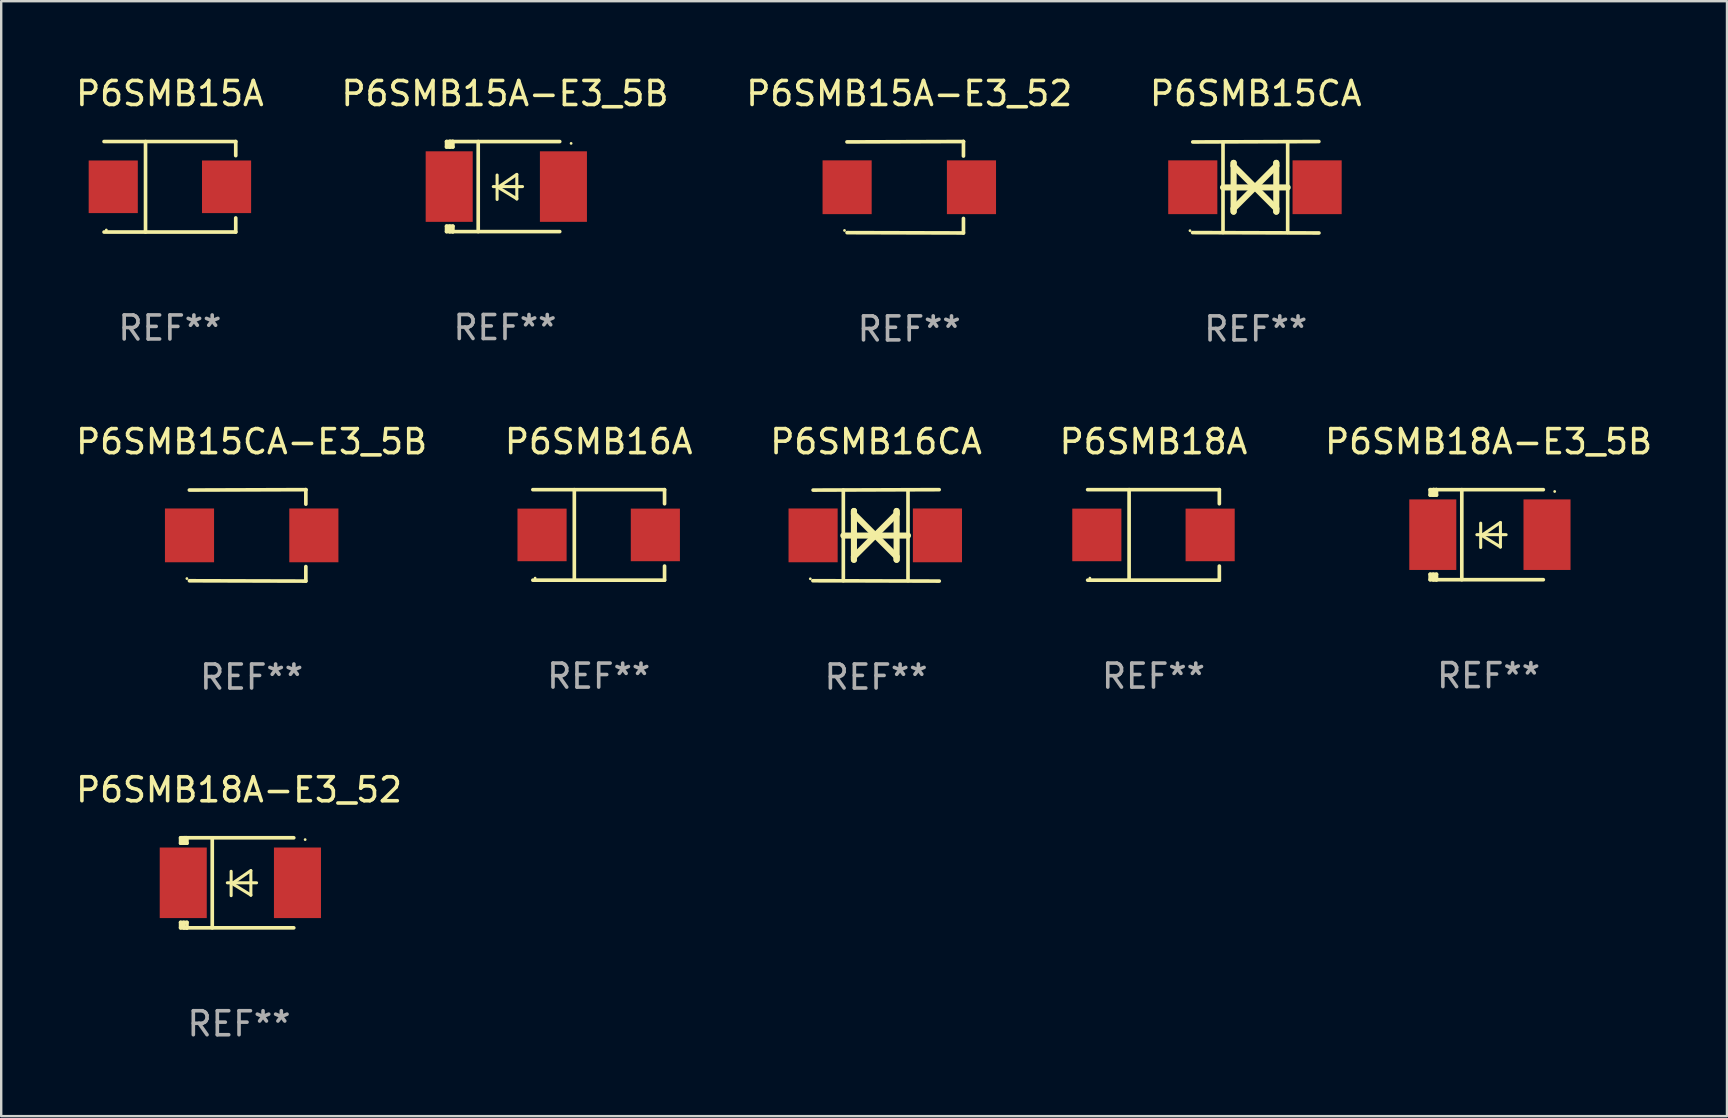
<source format=kicad_pcb>
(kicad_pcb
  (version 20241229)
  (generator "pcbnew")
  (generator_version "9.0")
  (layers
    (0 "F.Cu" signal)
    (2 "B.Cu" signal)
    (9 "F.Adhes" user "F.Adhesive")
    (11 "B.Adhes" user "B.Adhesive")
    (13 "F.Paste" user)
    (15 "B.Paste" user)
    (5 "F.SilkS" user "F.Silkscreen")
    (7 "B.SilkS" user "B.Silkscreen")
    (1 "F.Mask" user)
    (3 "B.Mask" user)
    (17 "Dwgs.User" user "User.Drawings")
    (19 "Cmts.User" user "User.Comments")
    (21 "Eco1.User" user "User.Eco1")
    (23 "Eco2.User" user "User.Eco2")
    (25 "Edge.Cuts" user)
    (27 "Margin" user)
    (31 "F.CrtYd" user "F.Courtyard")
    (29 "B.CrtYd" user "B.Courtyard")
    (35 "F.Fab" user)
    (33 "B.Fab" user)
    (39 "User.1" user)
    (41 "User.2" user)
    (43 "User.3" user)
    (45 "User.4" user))
  (footprint "P6SMB16CA"
    (layer "F.Cu")
    (at 33.458 19.26)
    (property "Reference" "P6SMB16CA" (at 0 -3.905 0) (layer "F.SilkS") (effects (font (size 1 1) (thickness 0.15))))
    (attr through_hole)
    (fp_line (start -1.365 1.886) (end -1.365 -1.886) (stroke (width 0.152) (type solid)) (layer "F.SilkS"))
    (fp_line (start -1.365 0.008) (end 1.33 0.008) (stroke (width 0.254) (type solid)) (layer "F.SilkS"))
    (fp_line (start -0.923 -1.016) (end -0.923 1.016) (stroke (width 0.254) (type solid)) (layer "F.SilkS"))
    (fp_line (start -0.923 -0.889) (end -0.923 -1.016) (stroke (width 0.254) (type solid)) (layer "F.SilkS"))
    (fp_line (start -0.923 0.889) (end -0.034 0) (stroke (width 0.254) (type solid)) (layer "F.SilkS"))
    (fp_line (start -0.923 1.016) (end -0.923 0.889) (stroke (width 0.254) (type solid)) (layer "F.SilkS"))
    (fp_line (start -0.034 0) (end -0.923 -0.889) (stroke (width 0.254) (type solid)) (layer "F.SilkS"))
    (fp_line (start -0.034 0) (end 0.855 0.889) (stroke (width 0.254) (type solid)) (layer "F.SilkS"))
    (fp_line (start 0.855 -1.016) (end 0.855 -0.889) (stroke (width 0.254) (type solid)) (layer "F.SilkS"))
    (fp_line (start 0.855 -0.889) (end -0.034 0) (stroke (width 0.254) (type solid)) (layer "F.SilkS"))
    (fp_line (start 0.855 0.889) (end 0.855 1.016) (stroke (width 0.254) (type solid)) (layer "F.SilkS"))
    (fp_line (start 0.855 1.016) (end 0.855 -1.016) (stroke (width 0.254) (type solid)) (layer "F.SilkS"))
    (fp_line (start 1.33 1.886) (end 1.33 -1.886) (stroke (width 0.152) (type solid)) (layer "F.SilkS"))
    (fp_line (start 2.629 -1.905) (end -2.625 -1.887) (stroke (width 0.152) (type solid)) (layer "F.SilkS"))
    (fp_line (start 2.633 1.905) (end -2.633 1.89) (stroke (width 0.152) (type solid)) (layer "F.SilkS"))
    (fp_circle (center -2.741 1.81) (end -2.711 1.81) (stroke (width 0.06) (type solid)) (fill no) (layer "F.SilkS"))
    (fp_text user "REF**" (at 0 5.905 0) (layer "F.Fab") (effects (font (size 1 1) (thickness 0.15))))
    (pad "1" smd rect (at -2.625 0) (size 2.047 2.241) (layers "F.Cu" "F.Mask" "F.Paste"))
    (pad "2" smd rect (at 2.557 0) (size 2.047 2.241) (layers "F.Cu" "F.Mask" "F.Paste")))
  (footprint "P6SMB16A"
    (layer "F.Cu")
    (at 21.899 19.241)
    (property "Reference" "P6SMB16A" (at 0 -3.886 0) (layer "F.SilkS") (effects (font (size 1 1) (thickness 0.15))))
    (attr through_hole)
    (fp_line (start -2.744 -1.886) (end 2.744 -1.886) (stroke (width 0.152) (type solid)) (layer "F.SilkS"))
    (fp_line (start -2.744 1.886) (end 2.744 1.886) (stroke (width 0.152) (type solid)) (layer "F.SilkS"))
    (fp_line (start -1.016 -1.886) (end -1.016 1.886) (stroke (width 0.152) (type solid)) (layer "F.SilkS"))
    (fp_line (start 2.744 -1.886) (end 2.744 -1.299) (stroke (width 0.152) (type solid)) (layer "F.SilkS"))
    (fp_line (start 2.744 1.886) (end 2.744 1.299) (stroke (width 0.152) (type solid)) (layer "F.SilkS"))
    (fp_circle (center -2.65 1.8) (end -2.62 1.8) (stroke (width 0.06) (type solid)) (fill no) (layer "F.SilkS"))
    (fp_text user "REF**" (at 0 5.886 0) (layer "F.Fab") (effects (font (size 1 1) (thickness 0.15))))
    (pad "1" smd rect (at -2.361 0) (size 2.047 2.192) (layers "F.Cu" "F.Mask" "F.Paste"))
    (pad "2" smd rect (at 2.361 0) (size 2.047 2.192) (layers "F.Cu" "F.Mask" "F.Paste")))
  (footprint "P6SMB18A"
    (layer "F.Cu")
    (at 45.018 19.241)
    (property "Reference" "P6SMB18A" (at 0 -3.886 0) (layer "F.SilkS") (effects (font (size 1 1) (thickness 0.15))))
    (attr through_hole)
    (fp_line (start -2.744 -1.886) (end 2.744 -1.886) (stroke (width 0.152) (type solid)) (layer "F.SilkS"))
    (fp_line (start -2.744 1.886) (end 2.744 1.886) (stroke (width 0.152) (type solid)) (layer "F.SilkS"))
    (fp_line (start -1.016 -1.886) (end -1.016 1.886) (stroke (width 0.152) (type solid)) (layer "F.SilkS"))
    (fp_line (start 2.744 -1.886) (end 2.744 -1.299) (stroke (width 0.152) (type solid)) (layer "F.SilkS"))
    (fp_line (start 2.744 1.886) (end 2.744 1.299) (stroke (width 0.152) (type solid)) (layer "F.SilkS"))
    (fp_circle (center -2.65 1.8) (end -2.62 1.8) (stroke (width 0.06) (type solid)) (fill no) (layer "F.SilkS"))
    (fp_text user "REF**" (at 0 5.886 0) (layer "F.Fab") (effects (font (size 1 1) (thickness 0.15))))
    (pad "1" smd rect (at -2.361 0) (size 2.047 2.192) (layers "F.Cu" "F.Mask" "F.Paste"))
    (pad "2" smd rect (at 2.361 0) (size 2.047 2.192) (layers "F.Cu" "F.Mask" "F.Paste")))
  (footprint "P6SMB18A-E3_5B"
    (layer "F.Cu")
    (at 58.982 19.231)
    (property "Reference" "P6SMB18A-E3_5B" (at 0 -3.876 0) (layer "F.SilkS") (effects (font (size 1 1) (thickness 0.15))))
    (attr through_hole)
    (fp_line (start -2.435 1.65) (end -2.171 1.65) (stroke (width 0.152) (type solid)) (layer "F.SilkS"))
    (fp_line (start -2.435 1.876) (end -2.435 1.65) (stroke (width 0.152) (type solid)) (layer "F.SilkS"))
    (fp_line (start -2.435 -1.876) (end -2.171 -1.876) (stroke (width 0.152) (type solid)) (layer "F.SilkS"))
    (fp_line (start -2.435 -1.65) (end -2.435 -1.876) (stroke (width 0.152) (type solid)) (layer "F.SilkS"))
    (fp_line (start -2.305 -1.866) (end -2.295 -1.876) (stroke (width 0.152) (type solid)) (layer "F.SilkS"))
    (fp_line (start -2.305 -1.65) (end -2.305 -1.866) (stroke (width 0.152) (type solid)) (layer "F.SilkS"))
    (fp_line (start -2.305 1.876) (end -2.305 1.65) (stroke (width 0.152) (type solid)) (layer "F.SilkS"))
    (fp_line (start -2.295 -1.876) (end -2.295 -1.65) (stroke (width 0.152) (type solid)) (layer "F.SilkS"))
    (fp_line (start -2.171 1.876) (end -2.435 1.876) (stroke (width 0.152) (type solid)) (layer "F.SilkS"))
    (fp_line (start -2.171 -1.65) (end -2.435 -1.65) (stroke (width 0.152) (type solid)) (layer "F.SilkS"))
    (fp_line (start -2.171 -1.876) (end -2.295 -1.876) (stroke (width 0.152) (type solid)) (layer "F.SilkS"))
    (fp_line (start -2.171 -1.65) (end -2.171 -1.876) (stroke (width 0.152) (type solid)) (layer "F.SilkS"))
    (fp_line (start -2.171 1.876) (end -2.305 1.876) (stroke (width 0.152) (type solid)) (layer "F.SilkS"))
    (fp_line (start -2.171 1.876) (end -2.171 1.65) (stroke (width 0.152) (type solid)) (layer "F.SilkS"))
    (fp_line (start -1.116 1.876) (end -1.116 -1.876) (stroke (width 0.152) (type solid)) (layer "F.SilkS"))
    (fp_line (start -0.488 0.000102) (end 0.731 0.000102) (stroke (width 0.127) (type solid)) (layer "F.SilkS"))
    (fp_line (start -0.329 -0.48) (end -0.329 0.536) (stroke (width 0.127) (type solid)) (layer "F.SilkS"))
    (fp_line (start -0.29 0.03) (end 0.493 0.51) (stroke (width 0.127) (type solid)) (layer "F.SilkS"))
    (fp_line (start 0.493 -0.51) (end -0.29 0.03) (stroke (width 0.127) (type solid)) (layer "F.SilkS"))
    (fp_line (start 0.493 0.52) (end 0.493 -0.496) (stroke (width 0.127) (type solid)) (layer "F.SilkS"))
    (fp_line (start 2.281 -1.876) (end -2.171 -1.876) (stroke (width 0.152) (type solid)) (layer "F.SilkS"))
    (fp_line (start 2.281 1.876) (end -2.171 1.876) (stroke (width 0.152) (type solid)) (layer "F.SilkS"))
    (fp_circle (center 2.755 -1.8) (end 2.785 -1.8) (stroke (width 0.06) (type solid)) (fill no) (layer "F.SilkS"))
    (fp_text user "REF**" (at 0 5.876 0) (layer "F.Fab") (effects (font (size 1 1) (thickness 0.15))))
    (pad "1" smd rect (at 2.435 -0.000025 180) (size 1.96 2.94) (layers "F.Cu" "F.Mask" "F.Paste"))
    (pad "2" smd rect (at -2.325 -0.000025 180) (size 1.96 2.94) (layers "F.Cu" "F.Mask" "F.Paste")))
  (footprint "P6SMB18A-E3_52"
    (layer "F.Cu")
    (at 6.911 33.738)
    (property "Reference" "P6SMB18A-E3_52" (at 0 -3.876 0) (layer "F.SilkS") (effects (font (size 1 1) (thickness 0.15))))
    (attr through_hole)
    (fp_line (start -2.435 1.65) (end -2.171 1.65) (stroke (width 0.152) (type solid)) (layer "F.SilkS"))
    (fp_line (start -2.435 1.876) (end -2.435 1.65) (stroke (width 0.152) (type solid)) (layer "F.SilkS"))
    (fp_line (start -2.435 -1.876) (end -2.171 -1.876) (stroke (width 0.152) (type solid)) (layer "F.SilkS"))
    (fp_line (start -2.435 -1.65) (end -2.435 -1.876) (stroke (width 0.152) (type solid)) (layer "F.SilkS"))
    (fp_line (start -2.305 -1.866) (end -2.295 -1.876) (stroke (width 0.152) (type solid)) (layer "F.SilkS"))
    (fp_line (start -2.305 -1.65) (end -2.305 -1.866) (stroke (width 0.152) (type solid)) (layer "F.SilkS"))
    (fp_line (start -2.305 1.876) (end -2.305 1.65) (stroke (width 0.152) (type solid)) (layer "F.SilkS"))
    (fp_line (start -2.295 -1.876) (end -2.295 -1.65) (stroke (width 0.152) (type solid)) (layer "F.SilkS"))
    (fp_line (start -2.171 1.876) (end -2.435 1.876) (stroke (width 0.152) (type solid)) (layer "F.SilkS"))
    (fp_line (start -2.171 -1.65) (end -2.435 -1.65) (stroke (width 0.152) (type solid)) (layer "F.SilkS"))
    (fp_line (start -2.171 -1.876) (end -2.295 -1.876) (stroke (width 0.152) (type solid)) (layer "F.SilkS"))
    (fp_line (start -2.171 -1.65) (end -2.171 -1.876) (stroke (width 0.152) (type solid)) (layer "F.SilkS"))
    (fp_line (start -2.171 1.876) (end -2.305 1.876) (stroke (width 0.152) (type solid)) (layer "F.SilkS"))
    (fp_line (start -2.171 1.876) (end -2.171 1.65) (stroke (width 0.152) (type solid)) (layer "F.SilkS"))
    (fp_line (start -1.116 1.876) (end -1.116 -1.876) (stroke (width 0.152) (type solid)) (layer "F.SilkS"))
    (fp_line (start -0.488 0.000102) (end 0.731 0.000102) (stroke (width 0.127) (type solid)) (layer "F.SilkS"))
    (fp_line (start -0.329 -0.48) (end -0.329 0.536) (stroke (width 0.127) (type solid)) (layer "F.SilkS"))
    (fp_line (start -0.29 0.03) (end 0.493 0.51) (stroke (width 0.127) (type solid)) (layer "F.SilkS"))
    (fp_line (start 0.493 -0.51) (end -0.29 0.03) (stroke (width 0.127) (type solid)) (layer "F.SilkS"))
    (fp_line (start 0.493 0.52) (end 0.493 -0.496) (stroke (width 0.127) (type solid)) (layer "F.SilkS"))
    (fp_line (start 2.281 -1.876) (end -2.171 -1.876) (stroke (width 0.152) (type solid)) (layer "F.SilkS"))
    (fp_line (start 2.281 1.876) (end -2.171 1.876) (stroke (width 0.152) (type solid)) (layer "F.SilkS"))
    (fp_circle (center 2.755 -1.8) (end 2.785 -1.8) (stroke (width 0.06) (type solid)) (fill no) (layer "F.SilkS"))
    (fp_text user "REF**" (at 0 5.876 0) (layer "F.Fab") (effects (font (size 1 1) (thickness 0.15))))
    (pad "1" smd rect (at 2.435 -0.000025 180) (size 1.96 2.94) (layers "F.Cu" "F.Mask" "F.Paste"))
    (pad "2" smd rect (at -2.325 -0.000025 180) (size 1.96 2.94) (layers "F.Cu" "F.Mask" "F.Paste")))
  (footprint "P6SMB15A-E3_52"
    (layer "F.Cu")
    (at 34.839 4.753)
    (property "Reference" "P6SMB15A-E3_52" (at 0 -3.905 0) (layer "F.SilkS") (effects (font (size 1 1) (thickness 0.15))))
    (attr through_hole)
    (fp_line (start 2.256 -1.905) (end -2.594 -1.889) (stroke (width 0.152) (type solid)) (layer "F.SilkS"))
    (fp_line (start 2.256 -1.905) (end 2.26 -1.905) (stroke (width 0.152) (type solid)) (layer "F.SilkS"))
    (fp_line (start 2.26 -1.905) (end 2.26 -1.301) (stroke (width 0.152) (type solid)) (layer "F.SilkS"))
    (fp_line (start 2.26 1.301) (end 2.26 1.905) (stroke (width 0.152) (type solid)) (layer "F.SilkS"))
    (fp_line (start 2.26 1.905) (end -2.59 1.892) (stroke (width 0.152) (type solid)) (layer "F.SilkS"))
    (fp_circle (center -2.697 1.8) (end -2.667 1.8) (stroke (width 0.06) (type solid)) (fill no) (layer "F.SilkS"))
    (fp_text user "REF**" (at 0 5.905 0) (layer "F.Fab") (effects (font (size 1 1) (thickness 0.15))))
    (pad "1" smd rect (at -2.588 0) (size 2.047 2.241) (layers "F.Cu" "F.Mask" "F.Paste"))
    (pad "2" smd rect (at 2.594 0) (size 2.047 2.241) (layers "F.Cu" "F.Mask" "F.Paste")))
  (footprint "P6SMB15CA"
    (layer "F.Cu")
    (at 49.28 4.753)
    (property "Reference" "P6SMB15CA" (at 0 -3.905 0) (layer "F.SilkS") (effects (font (size 1 1) (thickness 0.15))))
    (attr through_hole)
    (fp_line (start -1.365 1.886) (end -1.365 -1.886) (stroke (width 0.152) (type solid)) (layer "F.SilkS"))
    (fp_line (start -1.365 0.008) (end 1.33 0.008) (stroke (width 0.254) (type solid)) (layer "F.SilkS"))
    (fp_line (start -0.923 -1.016) (end -0.923 1.016) (stroke (width 0.254) (type solid)) (layer "F.SilkS"))
    (fp_line (start -0.923 -0.889) (end -0.923 -1.016) (stroke (width 0.254) (type solid)) (layer "F.SilkS"))
    (fp_line (start -0.923 0.889) (end -0.034 0) (stroke (width 0.254) (type solid)) (layer "F.SilkS"))
    (fp_line (start -0.923 1.016) (end -0.923 0.889) (stroke (width 0.254) (type solid)) (layer "F.SilkS"))
    (fp_line (start -0.034 0) (end -0.923 -0.889) (stroke (width 0.254) (type solid)) (layer "F.SilkS"))
    (fp_line (start -0.034 0) (end 0.855 0.889) (stroke (width 0.254) (type solid)) (layer "F.SilkS"))
    (fp_line (start 0.855 -1.016) (end 0.855 -0.889) (stroke (width 0.254) (type solid)) (layer "F.SilkS"))
    (fp_line (start 0.855 -0.889) (end -0.034 0) (stroke (width 0.254) (type solid)) (layer "F.SilkS"))
    (fp_line (start 0.855 0.889) (end 0.855 1.016) (stroke (width 0.254) (type solid)) (layer "F.SilkS"))
    (fp_line (start 0.855 1.016) (end 0.855 -1.016) (stroke (width 0.254) (type solid)) (layer "F.SilkS"))
    (fp_line (start 1.33 1.886) (end 1.33 -1.886) (stroke (width 0.152) (type solid)) (layer "F.SilkS"))
    (fp_line (start 2.629 -1.905) (end -2.625 -1.887) (stroke (width 0.152) (type solid)) (layer "F.SilkS"))
    (fp_line (start 2.633 1.905) (end -2.633 1.89) (stroke (width 0.152) (type solid)) (layer "F.SilkS"))
    (fp_circle (center -2.741 1.81) (end -2.711 1.81) (stroke (width 0.06) (type solid)) (fill no) (layer "F.SilkS"))
    (fp_text user "REF**" (at 0 5.905 0) (layer "F.Fab") (effects (font (size 1 1) (thickness 0.15))))
    (pad "1" smd rect (at -2.625 0) (size 2.047 2.241) (layers "F.Cu" "F.Mask" "F.Paste"))
    (pad "2" smd rect (at 2.557 0) (size 2.047 2.241) (layers "F.Cu" "F.Mask" "F.Paste")))
  (footprint "P6SMB15A"
    (layer "F.Cu")
    (at 4.03 4.734)
    (property "Reference" "P6SMB15A" (at 0 -3.886 0) (layer "F.SilkS") (effects (font (size 1 1) (thickness 0.15))))
    (attr through_hole)
    (fp_line (start -2.744 -1.886) (end 2.744 -1.886) (stroke (width 0.152) (type solid)) (layer "F.SilkS"))
    (fp_line (start -2.744 1.886) (end 2.744 1.886) (stroke (width 0.152) (type solid)) (layer "F.SilkS"))
    (fp_line (start -1.016 -1.886) (end -1.016 1.886) (stroke (width 0.152) (type solid)) (layer "F.SilkS"))
    (fp_line (start 2.744 -1.886) (end 2.744 -1.299) (stroke (width 0.152) (type solid)) (layer "F.SilkS"))
    (fp_line (start 2.744 1.886) (end 2.744 1.299) (stroke (width 0.152) (type solid)) (layer "F.SilkS"))
    (fp_circle (center -2.65 1.8) (end -2.62 1.8) (stroke (width 0.06) (type solid)) (fill no) (layer "F.SilkS"))
    (fp_text user "REF**" (at 0 5.886 0) (layer "F.Fab") (effects (font (size 1 1) (thickness 0.15))))
    (pad "1" smd rect (at -2.361 0) (size 2.047 2.192) (layers "F.Cu" "F.Mask" "F.Paste"))
    (pad "2" smd rect (at 2.361 0) (size 2.047 2.192) (layers "F.Cu" "F.Mask" "F.Paste")))
  (footprint "P6SMB15A-E3_5B"
    (layer "F.Cu")
    (at 17.994 4.725)
    (property "Reference" "P6SMB15A-E3_5B" (at 0 -3.876 0) (layer "F.SilkS") (effects (font (size 1 1) (thickness 0.15))))
    (attr through_hole)
    (fp_line (start -2.435 1.65) (end -2.171 1.65) (stroke (width 0.152) (type solid)) (layer "F.SilkS"))
    (fp_line (start -2.435 1.876) (end -2.435 1.65) (stroke (width 0.152) (type solid)) (layer "F.SilkS"))
    (fp_line (start -2.435 -1.876) (end -2.171 -1.876) (stroke (width 0.152) (type solid)) (layer "F.SilkS"))
    (fp_line (start -2.435 -1.65) (end -2.435 -1.876) (stroke (width 0.152) (type solid)) (layer "F.SilkS"))
    (fp_line (start -2.305 -1.866) (end -2.295 -1.876) (stroke (width 0.152) (type solid)) (layer "F.SilkS"))
    (fp_line (start -2.305 -1.65) (end -2.305 -1.866) (stroke (width 0.152) (type solid)) (layer "F.SilkS"))
    (fp_line (start -2.305 1.876) (end -2.305 1.65) (stroke (width 0.152) (type solid)) (layer "F.SilkS"))
    (fp_line (start -2.295 -1.876) (end -2.295 -1.65) (stroke (width 0.152) (type solid)) (layer "F.SilkS"))
    (fp_line (start -2.171 1.876) (end -2.435 1.876) (stroke (width 0.152) (type solid)) (layer "F.SilkS"))
    (fp_line (start -2.171 -1.65) (end -2.435 -1.65) (stroke (width 0.152) (type solid)) (layer "F.SilkS"))
    (fp_line (start -2.171 -1.876) (end -2.295 -1.876) (stroke (width 0.152) (type solid)) (layer "F.SilkS"))
    (fp_line (start -2.171 -1.65) (end -2.171 -1.876) (stroke (width 0.152) (type solid)) (layer "F.SilkS"))
    (fp_line (start -2.171 1.876) (end -2.305 1.876) (stroke (width 0.152) (type solid)) (layer "F.SilkS"))
    (fp_line (start -2.171 1.876) (end -2.171 1.65) (stroke (width 0.152) (type solid)) (layer "F.SilkS"))
    (fp_line (start -1.116 1.876) (end -1.116 -1.876) (stroke (width 0.152) (type solid)) (layer "F.SilkS"))
    (fp_line (start -0.488 0.000102) (end 0.731 0.000102) (stroke (width 0.127) (type solid)) (layer "F.SilkS"))
    (fp_line (start -0.329 -0.48) (end -0.329 0.536) (stroke (width 0.127) (type solid)) (layer "F.SilkS"))
    (fp_line (start -0.29 0.03) (end 0.493 0.51) (stroke (width 0.127) (type solid)) (layer "F.SilkS"))
    (fp_line (start 0.493 -0.51) (end -0.29 0.03) (stroke (width 0.127) (type solid)) (layer "F.SilkS"))
    (fp_line (start 0.493 0.52) (end 0.493 -0.496) (stroke (width 0.127) (type solid)) (layer "F.SilkS"))
    (fp_line (start 2.281 -1.876) (end -2.171 -1.876) (stroke (width 0.152) (type solid)) (layer "F.SilkS"))
    (fp_line (start 2.281 1.876) (end -2.171 1.876) (stroke (width 0.152) (type solid)) (layer "F.SilkS"))
    (fp_circle (center 2.755 -1.8) (end 2.785 -1.8) (stroke (width 0.06) (type solid)) (fill no) (layer "F.SilkS"))
    (fp_text user "REF**" (at 0 5.876 0) (layer "F.Fab") (effects (font (size 1 1) (thickness 0.15))))
    (pad "1" smd rect (at 2.435 -0.000025 180) (size 1.96 2.94) (layers "F.Cu" "F.Mask" "F.Paste"))
    (pad "2" smd rect (at -2.325 -0.000025 180) (size 1.96 2.94) (layers "F.Cu" "F.Mask" "F.Paste")))
  (footprint "P6SMB15CA-E3_5B"
    (layer "F.Cu")
    (at 7.435 19.26)
    (property "Reference" "P6SMB15CA-E3_5B" (at 0 -3.905 0) (layer "F.SilkS") (effects (font (size 1 1) (thickness 0.15))))
    (attr through_hole)
    (fp_line (start 2.256 -1.905) (end -2.594 -1.889) (stroke (width 0.152) (type solid)) (layer "F.SilkS"))
    (fp_line (start 2.256 -1.905) (end 2.26 -1.905) (stroke (width 0.152) (type solid)) (layer "F.SilkS"))
    (fp_line (start 2.26 -1.905) (end 2.26 -1.301) (stroke (width 0.152) (type solid)) (layer "F.SilkS"))
    (fp_line (start 2.26 1.301) (end 2.26 1.905) (stroke (width 0.152) (type solid)) (layer "F.SilkS"))
    (fp_line (start 2.26 1.905) (end -2.59 1.892) (stroke (width 0.152) (type solid)) (layer "F.SilkS"))
    (fp_circle (center -2.697 1.8) (end -2.667 1.8) (stroke (width 0.06) (type solid)) (fill no) (layer "F.SilkS"))
    (fp_text user "REF**" (at 0 5.905 0) (layer "F.Fab") (effects (font (size 1 1) (thickness 0.15))))
    (pad "1" smd rect (at -2.588 0) (size 2.047 2.241) (layers "F.Cu" "F.Mask" "F.Paste"))
    (pad "2" smd rect (at 2.594 0) (size 2.047 2.241) (layers "F.Cu" "F.Mask" "F.Paste")))
  (gr_rect
    (start -3 -3)
    (end 68.917 43.462)
    (stroke (width 0.1) (type default))
    (fill no)
    (layer "Edge.Cuts")))
</source>
